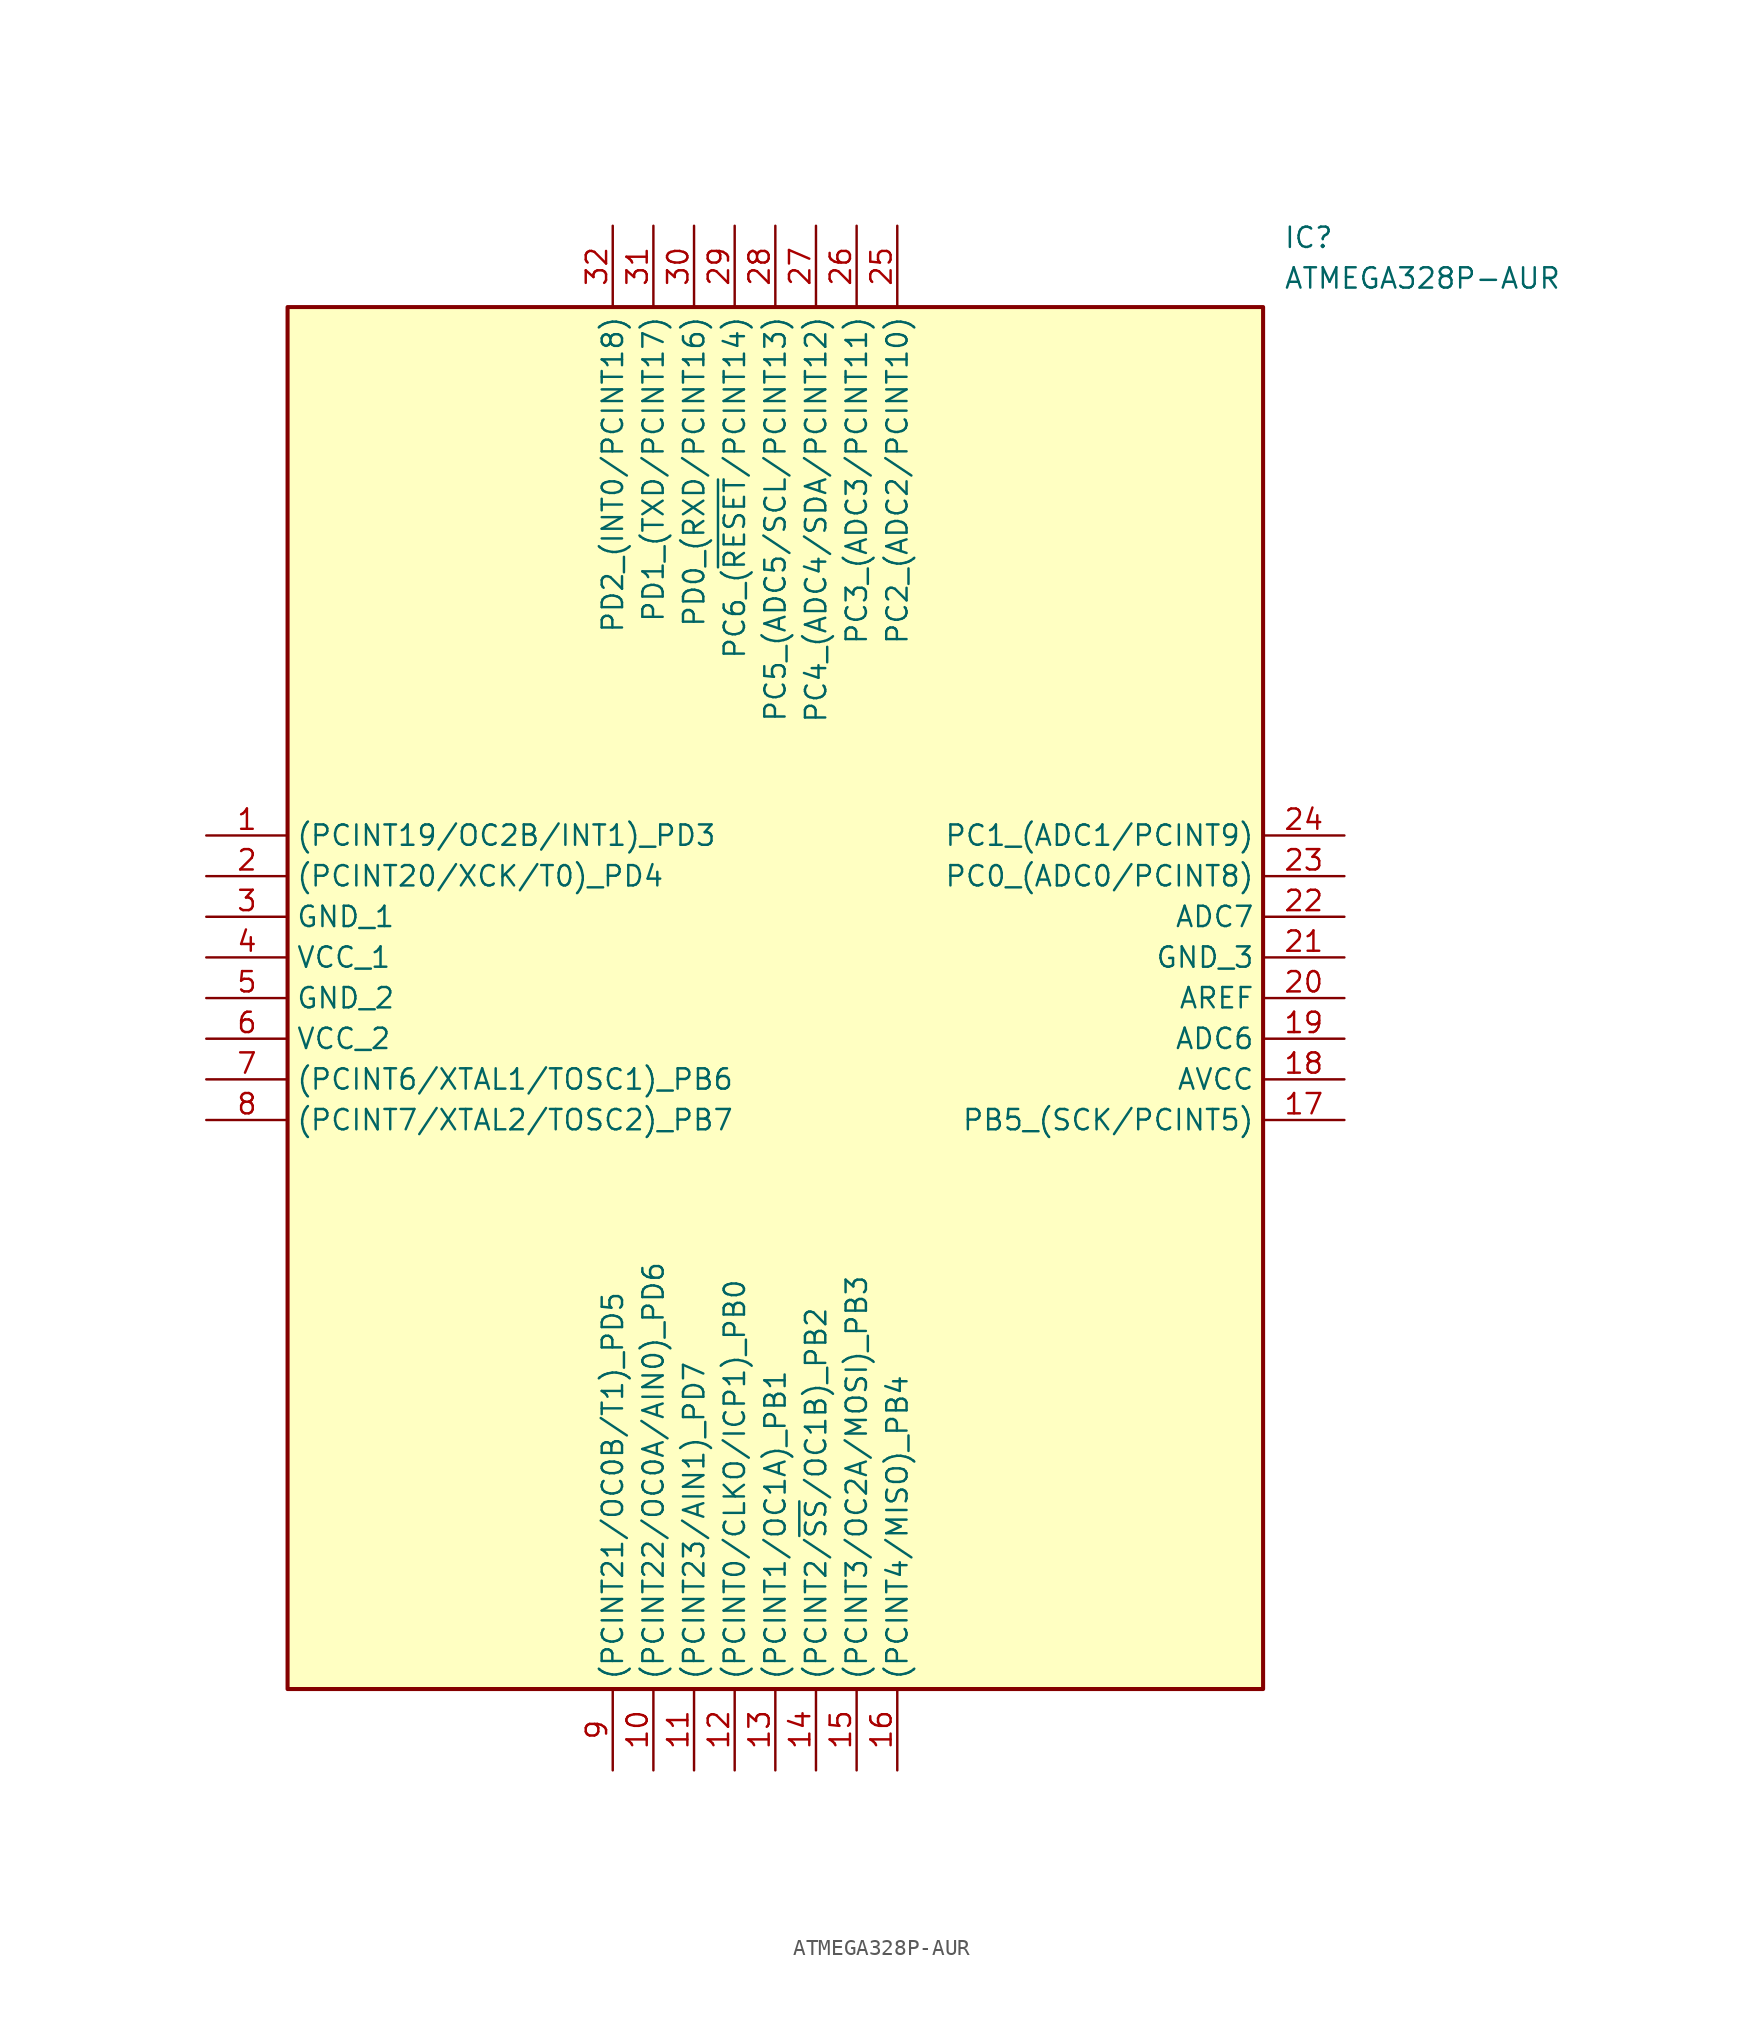
<source format=kicad_sym>
(kicad_symbol_lib
  (version 20211014)
  (generator SamacSys_ECAD_Model)
  (symbol "ATMEGA328P-AUR"
    (property "Reference" "IC"
      (at 67.31 38.1 0)
      (effects (font (size 1.27 1.27)) (justify left top)))
    (property "Value" "ATMEGA328P-AUR"
      (at 67.31 35.56 0)
      (effects (font (size 1.27 1.27)) (justify left top)))
    (rectangle
      (start 5.08 33.02)
      (end 66.04 -53.34)
      (stroke (width 0.254) (type default))
      (fill (type background)))
    (pin passive line
      (at 0 0 0)
      (length 5.08)
      (name "(PCINT19/OC2B/INT1)_PD3" (effects (font (size 1.27 1.27))))
      (number "1" (effects (font (size 1.27 1.27)))))
    (pin passive line
      (at 0 -2.54 0)
      (length 5.08)
      (name "(PCINT20/XCK/T0)_PD4" (effects (font (size 1.27 1.27))))
      (number "2" (effects (font (size 1.27 1.27)))))
    (pin passive line
      (at 0 -5.08 0)
      (length 5.08)
      (name "GND_1" (effects (font (size 1.27 1.27))))
      (number "3" (effects (font (size 1.27 1.27)))))
    (pin passive line
      (at 0 -7.62 0)
      (length 5.08)
      (name "VCC_1" (effects (font (size 1.27 1.27))))
      (number "4" (effects (font (size 1.27 1.27)))))
    (pin passive line
      (at 0 -10.16 0)
      (length 5.08)
      (name "GND_2" (effects (font (size 1.27 1.27))))
      (number "5" (effects (font (size 1.27 1.27)))))
    (pin passive line
      (at 0 -12.7 0)
      (length 5.08)
      (name "VCC_2" (effects (font (size 1.27 1.27))))
      (number "6" (effects (font (size 1.27 1.27)))))
    (pin passive line
      (at 0 -15.24 0)
      (length 5.08)
      (name "(PCINT6/XTAL1/TOSC1)_PB6" (effects (font (size 1.27 1.27))))
      (number "7" (effects (font (size 1.27 1.27)))))
    (pin passive line
      (at 0 -17.78 0)
      (length 5.08)
      (name "(PCINT7/XTAL2/TOSC2)_PB7" (effects (font (size 1.27 1.27))))
      (number "8" (effects (font (size 1.27 1.27)))))
    (pin passive line
      (at 25.4 -58.42 90)
      (length 5.08)
      (name "(PCINT21/OC0B/T1)_PD5" (effects (font (size 1.27 1.27))))
      (number "9" (effects (font (size 1.27 1.27)))))
    (pin passive line
      (at 27.94 -58.42 90)
      (length 5.08)
      (name "(PCINT22/OC0A/AIN0)_PD6" (effects (font (size 1.27 1.27))))
      (number "10" (effects (font (size 1.27 1.27)))))
    (pin passive line
      (at 30.48 -58.42 90)
      (length 5.08)
      (name "(PCINT23/AIN1)_PD7" (effects (font (size 1.27 1.27))))
      (number "11" (effects (font (size 1.27 1.27)))))
    (pin passive line
      (at 33.02 -58.42 90)
      (length 5.08)
      (name "(PCINT0/CLKO/ICP1)_PB0" (effects (font (size 1.27 1.27))))
      (number "12" (effects (font (size 1.27 1.27)))))
    (pin passive line
      (at 35.56 -58.42 90)
      (length 5.08)
      (name "(PCINT1/OC1A)_PB1" (effects (font (size 1.27 1.27))))
      (number "13" (effects (font (size 1.27 1.27)))))
    (pin passive line
      (at 38.1 -58.42 90)
      (length 5.08)
      (name "(PCINT2/~{SS}/OC1B)_PB2" (effects (font (size 1.27 1.27))))
      (number "14" (effects (font (size 1.27 1.27)))))
    (pin passive line
      (at 40.64 -58.42 90)
      (length 5.08)
      (name "(PCINT3/OC2A/MOSI)_PB3" (effects (font (size 1.27 1.27))))
      (number "15" (effects (font (size 1.27 1.27)))))
    (pin passive line
      (at 43.18 -58.42 90)
      (length 5.08)
      (name "(PCINT4/MISO)_PB4" (effects (font (size 1.27 1.27))))
      (number "16" (effects (font (size 1.27 1.27)))))
    (pin passive line
      (at 71.12 0 180)
      (length 5.08)
      (name "PC1_(ADC1/PCINT9)" (effects (font (size 1.27 1.27))))
      (number "24" (effects (font (size 1.27 1.27)))))
    (pin passive line
      (at 71.12 -2.54 180)
      (length 5.08)
      (name "PC0_(ADC0/PCINT8)" (effects (font (size 1.27 1.27))))
      (number "23" (effects (font (size 1.27 1.27)))))
    (pin passive line
      (at 71.12 -5.08 180)
      (length 5.08)
      (name "ADC7" (effects (font (size 1.27 1.27))))
      (number "22" (effects (font (size 1.27 1.27)))))
    (pin passive line
      (at 71.12 -7.62 180)
      (length 5.08)
      (name "GND_3" (effects (font (size 1.27 1.27))))
      (number "21" (effects (font (size 1.27 1.27)))))
    (pin passive line
      (at 71.12 -10.16 180)
      (length 5.08)
      (name "AREF" (effects (font (size 1.27 1.27))))
      (number "20" (effects (font (size 1.27 1.27)))))
    (pin passive line
      (at 71.12 -12.7 180)
      (length 5.08)
      (name "ADC6" (effects (font (size 1.27 1.27))))
      (number "19" (effects (font (size 1.27 1.27)))))
    (pin passive line
      (at 71.12 -15.24 180)
      (length 5.08)
      (name "AVCC" (effects (font (size 1.27 1.27))))
      (number "18" (effects (font (size 1.27 1.27)))))
    (pin passive line
      (at 71.12 -17.78 180)
      (length 5.08)
      (name "PB5_(SCK/PCINT5)" (effects (font (size 1.27 1.27))))
      (number "17" (effects (font (size 1.27 1.27)))))
    (pin passive line
      (at 25.4 38.1 270)
      (length 5.08)
      (name "PD2_(INT0/PCINT18)" (effects (font (size 1.27 1.27))))
      (number "32" (effects (font (size 1.27 1.27)))))
    (pin passive line
      (at 27.94 38.1 270)
      (length 5.08)
      (name "PD1_(TXD/PCINT17)" (effects (font (size 1.27 1.27))))
      (number "31" (effects (font (size 1.27 1.27)))))
    (pin passive line
      (at 30.48 38.1 270)
      (length 5.08)
      (name "PD0_(RXD/PCINT16)" (effects (font (size 1.27 1.27))))
      (number "30" (effects (font (size 1.27 1.27)))))
    (pin passive line
      (at 33.02 38.1 270)
      (length 5.08)
      (name "PC6_(~{RESET}/PCINT14)" (effects (font (size 1.27 1.27))))
      (number "29" (effects (font (size 1.27 1.27)))))
    (pin passive line
      (at 35.56 38.1 270)
      (length 5.08)
      (name "PC5_(ADC5/SCL/PCINT13)" (effects (font (size 1.27 1.27))))
      (number "28" (effects (font (size 1.27 1.27)))))
    (pin passive line
      (at 38.1 38.1 270)
      (length 5.08)
      (name "PC4_(ADC4/SDA/PCINT12)" (effects (font (size 1.27 1.27))))
      (number "27" (effects (font (size 1.27 1.27)))))
    (pin passive line
      (at 40.64 38.1 270)
      (length 5.08)
      (name "PC3_(ADC3/PCINT11)" (effects (font (size 1.27 1.27))))
      (number "26" (effects (font (size 1.27 1.27)))))
    (pin passive line
      (at 43.18 38.1 270)
      (length 5.08)
      (name "PC2_(ADC2/PCINT10)" (effects (font (size 1.27 1.27))))
      (number "25" (effects (font (size 1.27 1.27)))))))
</source>
